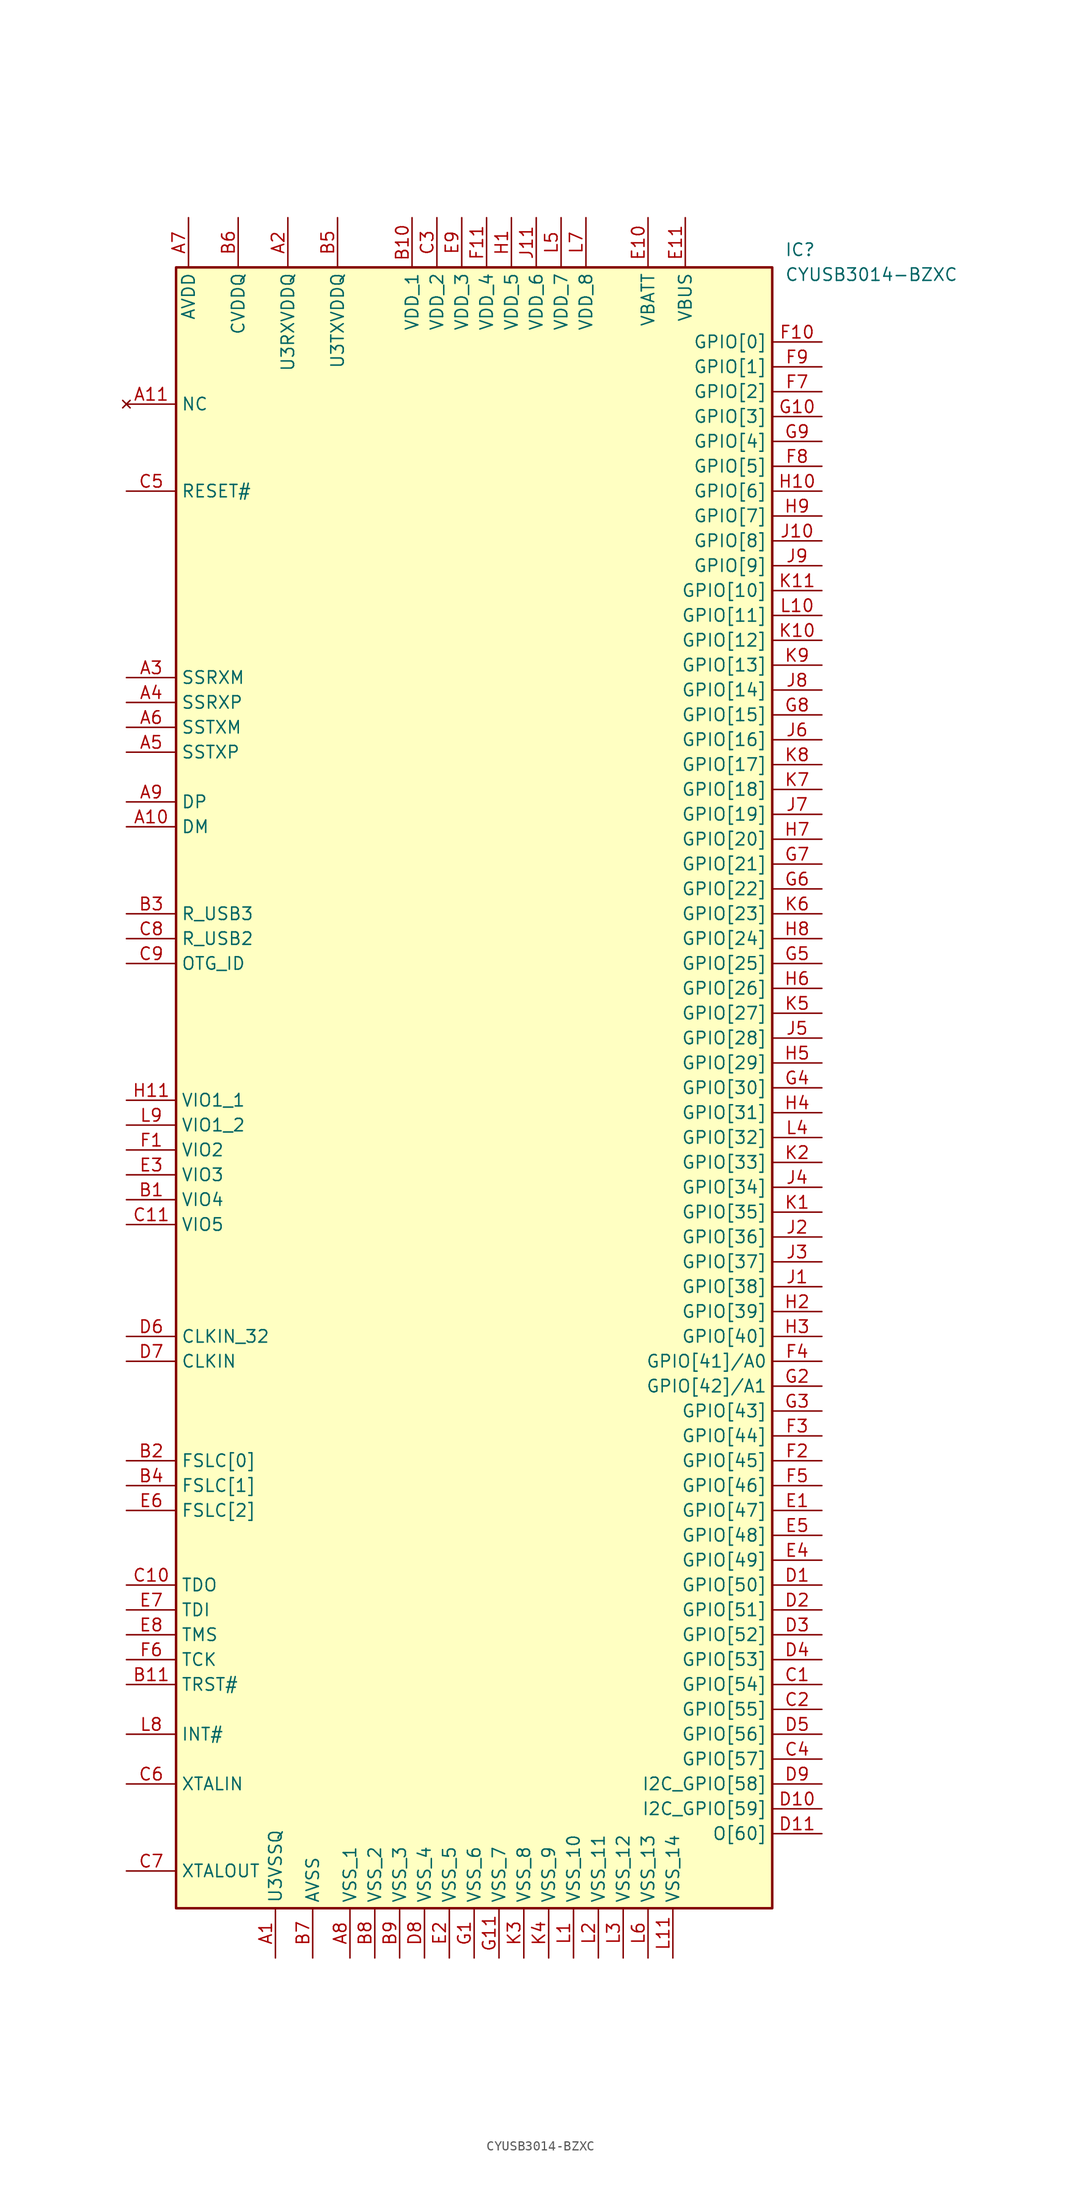
<source format=kicad_sym>
(kicad_symbol_lib
  (version 20220914)
  (generator kicad_symbol_editor)
  (symbol "CYUSB3014-BZXC"
    (property "Reference" "IC"
      (at 67.31 15.24 0)
      (effects (font (size 1.27 1.27)) (justify left top)))
    (property "Value" "CYUSB3014-BZXC"
      (at 67.31 12.7 0)
      (effects (font (size 1.27 1.27)) (justify left top)))
    (symbol "CYUSB3014-BZXC_1_1"
      (rectangle (start 5.08 12.7) (end 66.04 -154.94) (stroke (width 0.254) (type default)) (fill (type background)))
      (pin passive line (at 15.24 -160.02 90) (length 5.08) (name "U3VSSQ" (effects (font (size 1.27 1.27)))) (number "A1" (effects (font (size 1.27 1.27)))))
      (pin passive line (at 0 -44.45 0) (length 5.08) (name "DM" (effects (font (size 1.27 1.27)))) (number "A10" (effects (font (size 1.27 1.27)))))
      (pin no_connect line (at 0 -1.27 0) (length 5.08) (name "NC" (effects (font (size 1.27 1.27)))) (number "A11" (effects (font (size 1.27 1.27)))))
      (pin passive line (at 16.51 17.78 270) (length 5.08) (name "U3RXVDDQ" (effects (font (size 1.27 1.27)))) (number "A2" (effects (font (size 1.27 1.27)))))
      (pin passive line (at 0 -29.21 0) (length 5.08) (name "SSRXM" (effects (font (size 1.27 1.27)))) (number "A3" (effects (font (size 1.27 1.27)))))
      (pin passive line (at 0 -31.75 0) (length 5.08) (name "SSRXP" (effects (font (size 1.27 1.27)))) (number "A4" (effects (font (size 1.27 1.27)))))
      (pin passive line (at 0 -36.83 0) (length 5.08) (name "SSTXP" (effects (font (size 1.27 1.27)))) (number "A5" (effects (font (size 1.27 1.27)))))
      (pin passive line (at 0 -34.29 0) (length 5.08) (name "SSTXM" (effects (font (size 1.27 1.27)))) (number "A6" (effects (font (size 1.27 1.27)))))
      (pin passive line (at 6.35 17.78 270) (length 5.08) (name "AVDD" (effects (font (size 1.27 1.27)))) (number "A7" (effects (font (size 1.27 1.27)))))
      (pin passive line (at 22.86 -160.02 90) (length 5.08) (name "VSS_1" (effects (font (size 1.27 1.27)))) (number "A8" (effects (font (size 1.27 1.27)))))
      (pin passive line (at 0 -41.91 0) (length 5.08) (name "DP" (effects (font (size 1.27 1.27)))) (number "A9" (effects (font (size 1.27 1.27)))))
      (pin passive line (at 0 -82.55 0) (length 5.08) (name "VIO4" (effects (font (size 1.27 1.27)))) (number "B1" (effects (font (size 1.27 1.27)))))
      (pin passive line (at 29.21 17.78 270) (length 5.08) (name "VDD_1" (effects (font (size 1.27 1.27)))) (number "B10" (effects (font (size 1.27 1.27)))))
      (pin passive line (at 0 -132.08 0) (length 5.08) (name "TRST#" (effects (font (size 1.27 1.27)))) (number "B11" (effects (font (size 1.27 1.27)))))
      (pin passive line (at 0 -109.22 0) (length 5.08) (name "FSLC[0]" (effects (font (size 1.27 1.27)))) (number "B2" (effects (font (size 1.27 1.27)))))
      (pin passive line (at 0 -53.34 0) (length 5.08) (name "R_USB3" (effects (font (size 1.27 1.27)))) (number "B3" (effects (font (size 1.27 1.27)))))
      (pin passive line (at 0 -111.76 0) (length 5.08) (name "FSLC[1]" (effects (font (size 1.27 1.27)))) (number "B4" (effects (font (size 1.27 1.27)))))
      (pin passive line (at 21.59 17.78 270) (length 5.08) (name "U3TXVDDQ" (effects (font (size 1.27 1.27)))) (number "B5" (effects (font (size 1.27 1.27)))))
      (pin passive line (at 11.43 17.78 270) (length 5.08) (name "CVDDQ" (effects (font (size 1.27 1.27)))) (number "B6" (effects (font (size 1.27 1.27)))))
      (pin passive line (at 19.05 -160.02 90) (length 5.08) (name "AVSS" (effects (font (size 1.27 1.27)))) (number "B7" (effects (font (size 1.27 1.27)))))
      (pin passive line (at 25.4 -160.02 90) (length 5.08) (name "VSS_2" (effects (font (size 1.27 1.27)))) (number "B8" (effects (font (size 1.27 1.27)))))
      (pin passive line (at 27.94 -160.02 90) (length 5.08) (name "VSS_3" (effects (font (size 1.27 1.27)))) (number "B9" (effects (font (size 1.27 1.27)))))
      (pin passive line (at 71.12 -132.08 180) (length 5.08) (name "GPIO[54]" (effects (font (size 1.27 1.27)))) (number "C1" (effects (font (size 1.27 1.27)))))
      (pin passive line (at 0 -121.92 0) (length 5.08) (name "TDO" (effects (font (size 1.27 1.27)))) (number "C10" (effects (font (size 1.27 1.27)))))
      (pin passive line (at 0 -85.09 0) (length 5.08) (name "VIO5" (effects (font (size 1.27 1.27)))) (number "C11" (effects (font (size 1.27 1.27)))))
      (pin passive line (at 71.12 -134.62 180) (length 5.08) (name "GPIO[55]" (effects (font (size 1.27 1.27)))) (number "C2" (effects (font (size 1.27 1.27)))))
      (pin passive line (at 31.75 17.78 270) (length 5.08) (name "VDD_2" (effects (font (size 1.27 1.27)))) (number "C3" (effects (font (size 1.27 1.27)))))
      (pin passive line (at 71.12 -139.7 180) (length 5.08) (name "GPIO[57]" (effects (font (size 1.27 1.27)))) (number "C4" (effects (font (size 1.27 1.27)))))
      (pin passive line (at 0 -10.16 0) (length 5.08) (name "RESET#" (effects (font (size 1.27 1.27)))) (number "C5" (effects (font (size 1.27 1.27)))))
      (pin passive line (at 0 -142.24 0) (length 5.08) (name "XTALIN" (effects (font (size 1.27 1.27)))) (number "C6" (effects (font (size 1.27 1.27)))))
      (pin passive line (at 0 -151.13 0) (length 5.08) (name "XTALOUT" (effects (font (size 1.27 1.27)))) (number "C7" (effects (font (size 1.27 1.27)))))
      (pin passive line (at 0 -55.88 0) (length 5.08) (name "R_USB2" (effects (font (size 1.27 1.27)))) (number "C8" (effects (font (size 1.27 1.27)))))
      (pin passive line (at 0 -58.42 0) (length 5.08) (name "OTG_ID" (effects (font (size 1.27 1.27)))) (number "C9" (effects (font (size 1.27 1.27)))))
      (pin passive line (at 71.12 -121.92 180) (length 5.08) (name "GPIO[50]" (effects (font (size 1.27 1.27)))) (number "D1" (effects (font (size 1.27 1.27)))))
      (pin passive line (at 71.12 -144.78 180) (length 5.08) (name "I2C_GPIO[59]" (effects (font (size 1.27 1.27)))) (number "D10" (effects (font (size 1.27 1.27)))))
      (pin passive line (at 71.12 -147.32 180) (length 5.08) (name "O[60]" (effects (font (size 1.27 1.27)))) (number "D11" (effects (font (size 1.27 1.27)))))
      (pin passive line (at 71.12 -124.46 180) (length 5.08) (name "GPIO[51]" (effects (font (size 1.27 1.27)))) (number "D2" (effects (font (size 1.27 1.27)))))
      (pin passive line (at 71.12 -127 180) (length 5.08) (name "GPIO[52]" (effects (font (size 1.27 1.27)))) (number "D3" (effects (font (size 1.27 1.27)))))
      (pin passive line (at 71.12 -129.54 180) (length 5.08) (name "GPIO[53]" (effects (font (size 1.27 1.27)))) (number "D4" (effects (font (size 1.27 1.27)))))
      (pin passive line (at 71.12 -137.16 180) (length 5.08) (name "GPIO[56]" (effects (font (size 1.27 1.27)))) (number "D5" (effects (font (size 1.27 1.27)))))
      (pin passive line (at 0 -96.52 0) (length 5.08) (name "CLKIN_32" (effects (font (size 1.27 1.27)))) (number "D6" (effects (font (size 1.27 1.27)))))
      (pin passive line (at 0 -99.06 0) (length 5.08) (name "CLKIN" (effects (font (size 1.27 1.27)))) (number "D7" (effects (font (size 1.27 1.27)))))
      (pin passive line (at 30.48 -160.02 90) (length 5.08) (name "VSS_4" (effects (font (size 1.27 1.27)))) (number "D8" (effects (font (size 1.27 1.27)))))
      (pin passive line (at 71.12 -142.24 180) (length 5.08) (name "I2C_GPIO[58]" (effects (font (size 1.27 1.27)))) (number "D9" (effects (font (size 1.27 1.27)))))
      (pin passive line (at 71.12 -114.3 180) (length 5.08) (name "GPIO[47]" (effects (font (size 1.27 1.27)))) (number "E1" (effects (font (size 1.27 1.27)))))
      (pin passive line (at 53.34 17.78 270) (length 5.08) (name "VBATT" (effects (font (size 1.27 1.27)))) (number "E10" (effects (font (size 1.27 1.27)))))
      (pin passive line (at 57.15 17.78 270) (length 5.08) (name "VBUS" (effects (font (size 1.27 1.27)))) (number "E11" (effects (font (size 1.27 1.27)))))
      (pin passive line (at 33.02 -160.02 90) (length 5.08) (name "VSS_5" (effects (font (size 1.27 1.27)))) (number "E2" (effects (font (size 1.27 1.27)))))
      (pin passive line (at 0 -80.01 0) (length 5.08) (name "VIO3" (effects (font (size 1.27 1.27)))) (number "E3" (effects (font (size 1.27 1.27)))))
      (pin passive line (at 71.12 -119.38 180) (length 5.08) (name "GPIO[49]" (effects (font (size 1.27 1.27)))) (number "E4" (effects (font (size 1.27 1.27)))))
      (pin passive line (at 71.12 -116.84 180) (length 5.08) (name "GPIO[48]" (effects (font (size 1.27 1.27)))) (number "E5" (effects (font (size 1.27 1.27)))))
      (pin passive line (at 0 -114.3 0) (length 5.08) (name "FSLC[2]" (effects (font (size 1.27 1.27)))) (number "E6" (effects (font (size 1.27 1.27)))))
      (pin passive line (at 0 -124.46 0) (length 5.08) (name "TDI" (effects (font (size 1.27 1.27)))) (number "E7" (effects (font (size 1.27 1.27)))))
      (pin passive line (at 0 -127 0) (length 5.08) (name "TMS" (effects (font (size 1.27 1.27)))) (number "E8" (effects (font (size 1.27 1.27)))))
      (pin passive line (at 34.29 17.78 270) (length 5.08) (name "VDD_3" (effects (font (size 1.27 1.27)))) (number "E9" (effects (font (size 1.27 1.27)))))
      (pin passive line (at 0 -77.47 0) (length 5.08) (name "VIO2" (effects (font (size 1.27 1.27)))) (number "F1" (effects (font (size 1.27 1.27)))))
      (pin passive line (at 71.12 5.08 180) (length 5.08) (name "GPIO[0]" (effects (font (size 1.27 1.27)))) (number "F10" (effects (font (size 1.27 1.27)))))
      (pin passive line (at 36.83 17.78 270) (length 5.08) (name "VDD_4" (effects (font (size 1.27 1.27)))) (number "F11" (effects (font (size 1.27 1.27)))))
      (pin passive line (at 71.12 -109.22 180) (length 5.08) (name "GPIO[45]" (effects (font (size 1.27 1.27)))) (number "F2" (effects (font (size 1.27 1.27)))))
      (pin passive line (at 71.12 -106.68 180) (length 5.08) (name "GPIO[44]" (effects (font (size 1.27 1.27)))) (number "F3" (effects (font (size 1.27 1.27)))))
      (pin passive line (at 71.12 -99.06 180) (length 5.08) (name "GPIO[41]/A0" (effects (font (size 1.27 1.27)))) (number "F4" (effects (font (size 1.27 1.27)))))
      (pin passive line (at 71.12 -111.76 180) (length 5.08) (name "GPIO[46]" (effects (font (size 1.27 1.27)))) (number "F5" (effects (font (size 1.27 1.27)))))
      (pin passive line (at 0 -129.54 0) (length 5.08) (name "TCK" (effects (font (size 1.27 1.27)))) (number "F6" (effects (font (size 1.27 1.27)))))
      (pin passive line (at 71.12 0 180) (length 5.08) (name "GPIO[2]" (effects (font (size 1.27 1.27)))) (number "F7" (effects (font (size 1.27 1.27)))))
      (pin passive line (at 71.12 -7.62 180) (length 5.08) (name "GPIO[5]" (effects (font (size 1.27 1.27)))) (number "F8" (effects (font (size 1.27 1.27)))))
      (pin passive line (at 71.12 2.54 180) (length 5.08) (name "GPIO[1]" (effects (font (size 1.27 1.27)))) (number "F9" (effects (font (size 1.27 1.27)))))
      (pin passive line (at 35.56 -160.02 90) (length 5.08) (name "VSS_6" (effects (font (size 1.27 1.27)))) (number "G1" (effects (font (size 1.27 1.27)))))
      (pin passive line (at 71.12 -2.54 180) (length 5.08) (name "GPIO[3]" (effects (font (size 1.27 1.27)))) (number "G10" (effects (font (size 1.27 1.27)))))
      (pin passive line (at 38.1 -160.02 90) (length 5.08) (name "VSS_7" (effects (font (size 1.27 1.27)))) (number "G11" (effects (font (size 1.27 1.27)))))
      (pin passive line (at 71.12 -101.6 180) (length 5.08) (name "GPIO[42]/A1" (effects (font (size 1.27 1.27)))) (number "G2" (effects (font (size 1.27 1.27)))))
      (pin passive line (at 71.12 -104.14 180) (length 5.08) (name "GPIO[43]" (effects (font (size 1.27 1.27)))) (number "G3" (effects (font (size 1.27 1.27)))))
      (pin passive line (at 71.12 -71.12 180) (length 5.08) (name "GPIO[30]" (effects (font (size 1.27 1.27)))) (number "G4" (effects (font (size 1.27 1.27)))))
      (pin passive line (at 71.12 -58.42 180) (length 5.08) (name "GPIO[25]" (effects (font (size 1.27 1.27)))) (number "G5" (effects (font (size 1.27 1.27)))))
      (pin passive line (at 71.12 -50.8 180) (length 5.08) (name "GPIO[22]" (effects (font (size 1.27 1.27)))) (number "G6" (effects (font (size 1.27 1.27)))))
      (pin passive line (at 71.12 -48.26 180) (length 5.08) (name "GPIO[21]" (effects (font (size 1.27 1.27)))) (number "G7" (effects (font (size 1.27 1.27)))))
      (pin passive line (at 71.12 -33.02 180) (length 5.08) (name "GPIO[15]" (effects (font (size 1.27 1.27)))) (number "G8" (effects (font (size 1.27 1.27)))))
      (pin passive line (at 71.12 -5.08 180) (length 5.08) (name "GPIO[4]" (effects (font (size 1.27 1.27)))) (number "G9" (effects (font (size 1.27 1.27)))))
      (pin passive line (at 39.37 17.78 270) (length 5.08) (name "VDD_5" (effects (font (size 1.27 1.27)))) (number "H1" (effects (font (size 1.27 1.27)))))
      (pin passive line (at 71.12 -10.16 180) (length 5.08) (name "GPIO[6]" (effects (font (size 1.27 1.27)))) (number "H10" (effects (font (size 1.27 1.27)))))
      (pin passive line (at 0 -72.39 0) (length 5.08) (name "VIO1_1" (effects (font (size 1.27 1.27)))) (number "H11" (effects (font (size 1.27 1.27)))))
      (pin passive line (at 71.12 -93.98 180) (length 5.08) (name "GPIO[39]" (effects (font (size 1.27 1.27)))) (number "H2" (effects (font (size 1.27 1.27)))))
      (pin passive line (at 71.12 -96.52 180) (length 5.08) (name "GPIO[40]" (effects (font (size 1.27 1.27)))) (number "H3" (effects (font (size 1.27 1.27)))))
      (pin passive line (at 71.12 -73.66 180) (length 5.08) (name "GPIO[31]" (effects (font (size 1.27 1.27)))) (number "H4" (effects (font (size 1.27 1.27)))))
      (pin passive line (at 71.12 -68.58 180) (length 5.08) (name "GPIO[29]" (effects (font (size 1.27 1.27)))) (number "H5" (effects (font (size 1.27 1.27)))))
      (pin passive line (at 71.12 -60.96 180) (length 5.08) (name "GPIO[26]" (effects (font (size 1.27 1.27)))) (number "H6" (effects (font (size 1.27 1.27)))))
      (pin passive line (at 71.12 -45.72 180) (length 5.08) (name "GPIO[20]" (effects (font (size 1.27 1.27)))) (number "H7" (effects (font (size 1.27 1.27)))))
      (pin passive line (at 71.12 -55.88 180) (length 5.08) (name "GPIO[24]" (effects (font (size 1.27 1.27)))) (number "H8" (effects (font (size 1.27 1.27)))))
      (pin passive line (at 71.12 -12.7 180) (length 5.08) (name "GPIO[7]" (effects (font (size 1.27 1.27)))) (number "H9" (effects (font (size 1.27 1.27)))))
      (pin passive line (at 71.12 -91.44 180) (length 5.08) (name "GPIO[38]" (effects (font (size 1.27 1.27)))) (number "J1" (effects (font (size 1.27 1.27)))))
      (pin passive line (at 71.12 -15.24 180) (length 5.08) (name "GPIO[8]" (effects (font (size 1.27 1.27)))) (number "J10" (effects (font (size 1.27 1.27)))))
      (pin passive line (at 41.91 17.78 270) (length 5.08) (name "VDD_6" (effects (font (size 1.27 1.27)))) (number "J11" (effects (font (size 1.27 1.27)))))
      (pin passive line (at 71.12 -86.36 180) (length 5.08) (name "GPIO[36]" (effects (font (size 1.27 1.27)))) (number "J2" (effects (font (size 1.27 1.27)))))
      (pin passive line (at 71.12 -88.9 180) (length 5.08) (name "GPIO[37]" (effects (font (size 1.27 1.27)))) (number "J3" (effects (font (size 1.27 1.27)))))
      (pin passive line (at 71.12 -81.28 180) (length 5.08) (name "GPIO[34]" (effects (font (size 1.27 1.27)))) (number "J4" (effects (font (size 1.27 1.27)))))
      (pin passive line (at 71.12 -66.04 180) (length 5.08) (name "GPIO[28]" (effects (font (size 1.27 1.27)))) (number "J5" (effects (font (size 1.27 1.27)))))
      (pin passive line (at 71.12 -35.56 180) (length 5.08) (name "GPIO[16]" (effects (font (size 1.27 1.27)))) (number "J6" (effects (font (size 1.27 1.27)))))
      (pin passive line (at 71.12 -43.18 180) (length 5.08) (name "GPIO[19]" (effects (font (size 1.27 1.27)))) (number "J7" (effects (font (size 1.27 1.27)))))
      (pin passive line (at 71.12 -30.48 180) (length 5.08) (name "GPIO[14]" (effects (font (size 1.27 1.27)))) (number "J8" (effects (font (size 1.27 1.27)))))
      (pin passive line (at 71.12 -17.78 180) (length 5.08) (name "GPIO[9]" (effects (font (size 1.27 1.27)))) (number "J9" (effects (font (size 1.27 1.27)))))
      (pin passive line (at 71.12 -83.82 180) (length 5.08) (name "GPIO[35]" (effects (font (size 1.27 1.27)))) (number "K1" (effects (font (size 1.27 1.27)))))
      (pin passive line (at 71.12 -25.4 180) (length 5.08) (name "GPIO[12]" (effects (font (size 1.27 1.27)))) (number "K10" (effects (font (size 1.27 1.27)))))
      (pin passive line (at 71.12 -20.32 180) (length 5.08) (name "GPIO[10]" (effects (font (size 1.27 1.27)))) (number "K11" (effects (font (size 1.27 1.27)))))
      (pin passive line (at 71.12 -78.74 180) (length 5.08) (name "GPIO[33]" (effects (font (size 1.27 1.27)))) (number "K2" (effects (font (size 1.27 1.27)))))
      (pin passive line (at 40.64 -160.02 90) (length 5.08) (name "VSS_8" (effects (font (size 1.27 1.27)))) (number "K3" (effects (font (size 1.27 1.27)))))
      (pin passive line (at 43.18 -160.02 90) (length 5.08) (name "VSS_9" (effects (font (size 1.27 1.27)))) (number "K4" (effects (font (size 1.27 1.27)))))
      (pin passive line (at 71.12 -63.5 180) (length 5.08) (name "GPIO[27]" (effects (font (size 1.27 1.27)))) (number "K5" (effects (font (size 1.27 1.27)))))
      (pin passive line (at 71.12 -53.34 180) (length 5.08) (name "GPIO[23]" (effects (font (size 1.27 1.27)))) (number "K6" (effects (font (size 1.27 1.27)))))
      (pin passive line (at 71.12 -40.64 180) (length 5.08) (name "GPIO[18]" (effects (font (size 1.27 1.27)))) (number "K7" (effects (font (size 1.27 1.27)))))
      (pin passive line (at 71.12 -38.1 180) (length 5.08) (name "GPIO[17]" (effects (font (size 1.27 1.27)))) (number "K8" (effects (font (size 1.27 1.27)))))
      (pin passive line (at 71.12 -27.94 180) (length 5.08) (name "GPIO[13]" (effects (font (size 1.27 1.27)))) (number "K9" (effects (font (size 1.27 1.27)))))
      (pin passive line (at 45.72 -160.02 90) (length 5.08) (name "VSS_10" (effects (font (size 1.27 1.27)))) (number "L1" (effects (font (size 1.27 1.27)))))
      (pin passive line (at 71.12 -22.86 180) (length 5.08) (name "GPIO[11]" (effects (font (size 1.27 1.27)))) (number "L10" (effects (font (size 1.27 1.27)))))
      (pin passive line (at 55.88 -160.02 90) (length 5.08) (name "VSS_14" (effects (font (size 1.27 1.27)))) (number "L11" (effects (font (size 1.27 1.27)))))
      (pin passive line (at 48.26 -160.02 90) (length 5.08) (name "VSS_11" (effects (font (size 1.27 1.27)))) (number "L2" (effects (font (size 1.27 1.27)))))
      (pin passive line (at 50.8 -160.02 90) (length 5.08) (name "VSS_12" (effects (font (size 1.27 1.27)))) (number "L3" (effects (font (size 1.27 1.27)))))
      (pin passive line (at 71.12 -76.2 180) (length 5.08) (name "GPIO[32]" (effects (font (size 1.27 1.27)))) (number "L4" (effects (font (size 1.27 1.27)))))
      (pin passive line (at 44.45 17.78 270) (length 5.08) (name "VDD_7" (effects (font (size 1.27 1.27)))) (number "L5" (effects (font (size 1.27 1.27)))))
      (pin passive line (at 53.34 -160.02 90) (length 5.08) (name "VSS_13" (effects (font (size 1.27 1.27)))) (number "L6" (effects (font (size 1.27 1.27)))))
      (pin passive line (at 46.99 17.78 270) (length 5.08) (name "VDD_8" (effects (font (size 1.27 1.27)))) (number "L7" (effects (font (size 1.27 1.27)))))
      (pin passive line (at 0 -137.16 0) (length 5.08) (name "INT#" (effects (font (size 1.27 1.27)))) (number "L8" (effects (font (size 1.27 1.27)))))
      (pin passive line (at 0 -74.93 0) (length 5.08) (name "VIO1_2" (effects (font (size 1.27 1.27)))) (number "L9" (effects (font (size 1.27 1.27))))))))
</source>
